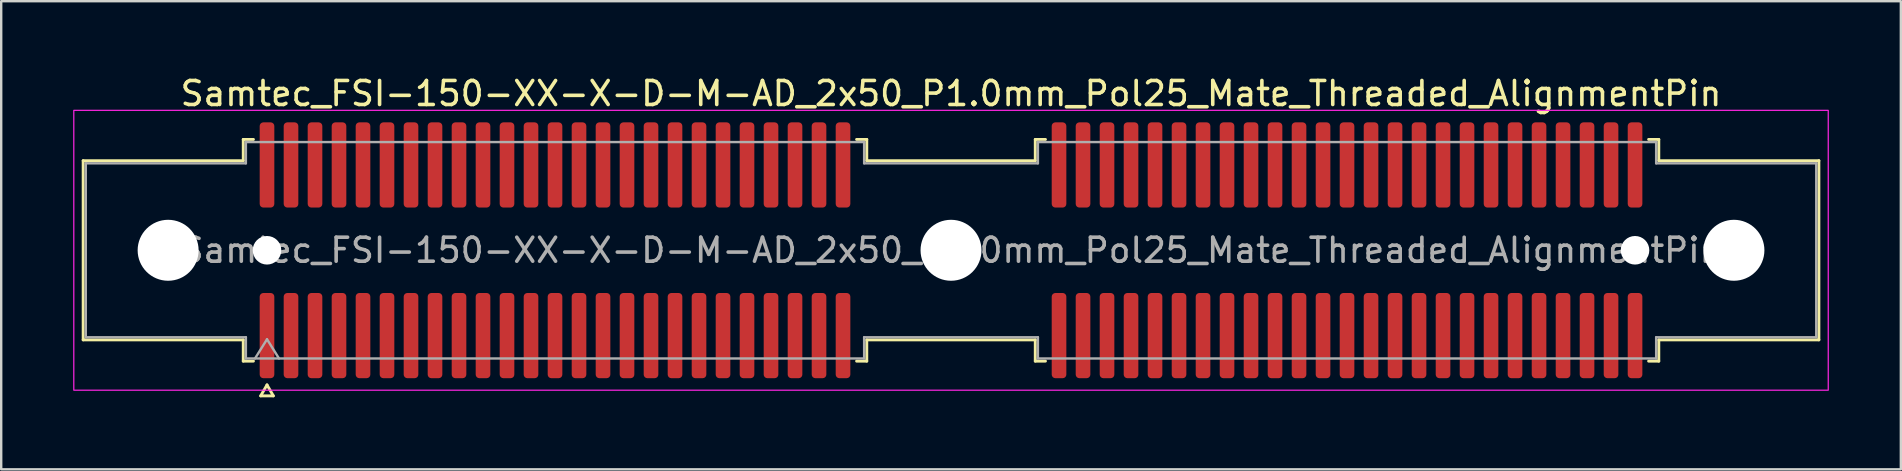
<source format=kicad_pcb>
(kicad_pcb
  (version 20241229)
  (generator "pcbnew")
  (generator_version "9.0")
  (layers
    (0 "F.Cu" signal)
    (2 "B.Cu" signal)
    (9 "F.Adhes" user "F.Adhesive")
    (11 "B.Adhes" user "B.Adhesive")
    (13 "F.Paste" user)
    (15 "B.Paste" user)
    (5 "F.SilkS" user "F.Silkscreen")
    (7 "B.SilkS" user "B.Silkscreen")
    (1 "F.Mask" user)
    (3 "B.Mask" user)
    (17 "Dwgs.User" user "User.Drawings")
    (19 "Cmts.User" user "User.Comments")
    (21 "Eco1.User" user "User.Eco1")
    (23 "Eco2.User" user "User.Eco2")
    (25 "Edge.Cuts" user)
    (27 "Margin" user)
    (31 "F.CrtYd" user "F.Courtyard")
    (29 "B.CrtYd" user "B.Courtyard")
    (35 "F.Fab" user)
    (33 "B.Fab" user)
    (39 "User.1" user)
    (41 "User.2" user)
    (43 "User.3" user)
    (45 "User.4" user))
  (footprint "Samtec_FSI-150-XX-X-D-M-AD_2x50_P1.0mm_Pol25_Mate_Threaded_AlignmentPin"
    (layer "F.Cu")
    (at 36.575 7.378)
    (property "Reference" "Samtec_FSI-150-XX-X-D-M-AD_2x50_P1.0mm_Pol25_Mate_Threaded_AlignmentPin" (at 0 -6.53 0) (layer "F.SilkS") (effects (font (size 1 1) (thickness 0.15))))
    (attr exclude_from_pos_files exclude_from_bom)
    (fp_line (start -36.16 -3.733) (end -29.49 -3.733) (stroke (width 0.12) (type solid)) (layer "F.SilkS"))
    (fp_line (start -36.16 3.733) (end -36.16 -3.733) (stroke (width 0.12) (type solid)) (layer "F.SilkS"))
    (fp_line (start -29.49 -4.619) (end -29.065 -4.619) (stroke (width 0.12) (type solid)) (layer "F.SilkS"))
    (fp_line (start -29.49 -3.733) (end -29.49 -4.619) (stroke (width 0.12) (type solid)) (layer "F.SilkS"))
    (fp_line (start -29.49 3.733) (end -36.16 3.733) (stroke (width 0.12) (type solid)) (layer "F.SilkS"))
    (fp_line (start -29.49 4.619) (end -29.49 3.733) (stroke (width 0.12) (type solid)) (layer "F.SilkS"))
    (fp_line (start -29.065 4.619) (end -29.49 4.619) (stroke (width 0.12) (type solid)) (layer "F.SilkS"))
    (fp_line (start -28.764 6.066) (end -28.5 5.609) (stroke (width 0.12) (type solid)) (layer "F.SilkS"))
    (fp_line (start -28.5 5.609) (end -28.236 6.066) (stroke (width 0.12) (type solid)) (layer "F.SilkS"))
    (fp_line (start -28.236 6.066) (end -28.764 6.066) (stroke (width 0.12) (type solid)) (layer "F.SilkS"))
    (fp_line (start -3.935 -4.619) (end -3.51 -4.619) (stroke (width 0.12) (type solid)) (layer "F.SilkS"))
    (fp_line (start -3.51 -4.619) (end -3.51 -3.733) (stroke (width 0.12) (type solid)) (layer "F.SilkS"))
    (fp_line (start -3.51 -3.733) (end 3.51 -3.733) (stroke (width 0.12) (type solid)) (layer "F.SilkS"))
    (fp_line (start -3.51 3.733) (end -3.51 4.619) (stroke (width 0.12) (type solid)) (layer "F.SilkS"))
    (fp_line (start -3.51 4.619) (end -3.935 4.619) (stroke (width 0.12) (type solid)) (layer "F.SilkS"))
    (fp_line (start 3.51 -4.619) (end 3.935 -4.619) (stroke (width 0.12) (type solid)) (layer "F.SilkS"))
    (fp_line (start 3.51 -3.733) (end 3.51 -4.619) (stroke (width 0.12) (type solid)) (layer "F.SilkS"))
    (fp_line (start 3.51 3.733) (end -3.51 3.733) (stroke (width 0.12) (type solid)) (layer "F.SilkS"))
    (fp_line (start 3.51 4.619) (end 3.51 3.733) (stroke (width 0.12) (type solid)) (layer "F.SilkS"))
    (fp_line (start 3.935 4.619) (end 3.51 4.619) (stroke (width 0.12) (type solid)) (layer "F.SilkS"))
    (fp_line (start 29.065 -4.619) (end 29.49 -4.619) (stroke (width 0.12) (type solid)) (layer "F.SilkS"))
    (fp_line (start 29.49 -4.619) (end 29.49 -3.733) (stroke (width 0.12) (type solid)) (layer "F.SilkS"))
    (fp_line (start 29.49 -3.733) (end 36.16 -3.733) (stroke (width 0.12) (type solid)) (layer "F.SilkS"))
    (fp_line (start 29.49 3.733) (end 29.49 4.619) (stroke (width 0.12) (type solid)) (layer "F.SilkS"))
    (fp_line (start 29.49 4.619) (end 29.065 4.619) (stroke (width 0.12) (type solid)) (layer "F.SilkS"))
    (fp_line (start 36.16 -3.733) (end 36.16 3.733) (stroke (width 0.12) (type solid)) (layer "F.SilkS"))
    (fp_line (start 36.16 3.733) (end 29.49 3.733) (stroke (width 0.12) (type solid)) (layer "F.SilkS"))
    (fp_rect (start -36.55 -5.83) (end 36.55 5.83) (stroke (width 0.05) (type solid)) (fill no) (layer "F.CrtYd"))
    (fp_line (start -36.05 -3.623) (end -29.38 -3.623) (stroke (width 0.1) (type solid)) (layer "F.Fab"))
    (fp_line (start -36.05 3.623) (end -36.05 -3.623) (stroke (width 0.1) (type solid)) (layer "F.Fab"))
    (fp_line (start -29.38 -4.508) (end -3.62 -4.508) (stroke (width 0.1) (type solid)) (layer "F.Fab"))
    (fp_line (start -29.38 -3.623) (end -29.38 -4.508) (stroke (width 0.1) (type solid)) (layer "F.Fab"))
    (fp_line (start -29.38 3.623) (end -36.05 3.623) (stroke (width 0.1) (type solid)) (layer "F.Fab"))
    (fp_line (start -29.38 4.508) (end -29.38 3.623) (stroke (width 0.1) (type solid)) (layer "F.Fab"))
    (fp_line (start -29 4.508) (end -28.5 3.708) (stroke (width 0.1) (type solid)) (layer "F.Fab"))
    (fp_line (start -28.5 3.708) (end -28 4.508) (stroke (width 0.1) (type solid)) (layer "F.Fab"))
    (fp_line (start -3.62 -4.508) (end -3.62 -3.623) (stroke (width 0.1) (type solid)) (layer "F.Fab"))
    (fp_line (start -3.62 -3.623) (end 3.62 -3.623) (stroke (width 0.1) (type solid)) (layer "F.Fab"))
    (fp_line (start -3.62 3.623) (end -3.62 4.508) (stroke (width 0.1) (type solid)) (layer "F.Fab"))
    (fp_line (start -3.62 4.508) (end -29.38 4.508) (stroke (width 0.1) (type solid)) (layer "F.Fab"))
    (fp_line (start 3.62 -4.508) (end 29.38 -4.508) (stroke (width 0.1) (type solid)) (layer "F.Fab"))
    (fp_line (start 3.62 -3.623) (end 3.62 -4.508) (stroke (width 0.1) (type solid)) (layer "F.Fab"))
    (fp_line (start 3.62 3.623) (end -3.62 3.623) (stroke (width 0.1) (type solid)) (layer "F.Fab"))
    (fp_line (start 3.62 4.508) (end 3.62 3.623) (stroke (width 0.1) (type solid)) (layer "F.Fab"))
    (fp_line (start 29.38 -4.508) (end 29.38 -3.623) (stroke (width 0.1) (type solid)) (layer "F.Fab"))
    (fp_line (start 29.38 -3.623) (end 36.05 -3.623) (stroke (width 0.1) (type solid)) (layer "F.Fab"))
    (fp_line (start 29.38 3.623) (end 29.38 4.508) (stroke (width 0.1) (type solid)) (layer "F.Fab"))
    (fp_line (start 29.38 4.508) (end 3.62 4.508) (stroke (width 0.1) (type solid)) (layer "F.Fab"))
    (fp_line (start 36.05 -3.623) (end 36.05 3.623) (stroke (width 0.1) (type solid)) (layer "F.Fab"))
    (fp_line (start 36.05 3.623) (end 29.38 3.623) (stroke (width 0.1) (type solid)) (layer "F.Fab"))
    (fp_text user "${REFERENCE}" (at 0 0 0) (layer "F.Fab") (effects (font (size 1 1) (thickness 0.15))))
    (pad "" np_thru_hole circle (at -32.62 0) (size 2.54 2.54) (drill 2.54) (layers "*.Cu" "*.Mask"))
    (pad "" np_thru_hole circle (at -28.5 0) (size 1.19 1.19) (drill 1.19) (layers "*.Cu" "*.Mask"))
    (pad "" np_thru_hole circle (at 0 0) (size 2.54 2.54) (drill 2.54) (layers "*.Cu" "*.Mask"))
    (pad "" np_thru_hole circle (at 28.5 0) (size 1.19 1.19) (drill 1.19) (layers "*.Cu" "*.Mask"))
    (pad "" np_thru_hole circle (at 32.62 0) (size 2.54 2.54) (drill 2.54) (layers "*.Cu" "*.Mask"))
    (pad "1" smd roundrect (at -28.5 3.555) (size 0.61 3.55) (layers "F.Cu" "F.Mask") (roundrect_rratio 0.25))
    (pad "2" smd roundrect (at -28.5 -3.555) (size 0.61 3.55) (layers "F.Cu" "F.Mask") (roundrect_rratio 0.25))
    (pad "3" smd roundrect (at -27.5 3.555) (size 0.61 3.55) (layers "F.Cu" "F.Mask") (roundrect_rratio 0.25))
    (pad "4" smd roundrect (at -27.5 -3.555) (size 0.61 3.55) (layers "F.Cu" "F.Mask") (roundrect_rratio 0.25))
    (pad "5" smd roundrect (at -26.5 3.555) (size 0.61 3.55) (layers "F.Cu" "F.Mask") (roundrect_rratio 0.25))
    (pad "6" smd roundrect (at -26.5 -3.555) (size 0.61 3.55) (layers "F.Cu" "F.Mask") (roundrect_rratio 0.25))
    (pad "7" smd roundrect (at -25.5 3.555) (size 0.61 3.55) (layers "F.Cu" "F.Mask") (roundrect_rratio 0.25))
    (pad "8" smd roundrect (at -25.5 -3.555) (size 0.61 3.55) (layers "F.Cu" "F.Mask") (roundrect_rratio 0.25))
    (pad "9" smd roundrect (at -24.5 3.555) (size 0.61 3.55) (layers "F.Cu" "F.Mask") (roundrect_rratio 0.25))
    (pad "10" smd roundrect (at -24.5 -3.555) (size 0.61 3.55) (layers "F.Cu" "F.Mask") (roundrect_rratio 0.25))
    (pad "11" smd roundrect (at -23.5 3.555) (size 0.61 3.55) (layers "F.Cu" "F.Mask") (roundrect_rratio 0.25))
    (pad "12" smd roundrect (at -23.5 -3.555) (size 0.61 3.55) (layers "F.Cu" "F.Mask") (roundrect_rratio 0.25))
    (pad "13" smd roundrect (at -22.5 3.555) (size 0.61 3.55) (layers "F.Cu" "F.Mask") (roundrect_rratio 0.25))
    (pad "14" smd roundrect (at -22.5 -3.555) (size 0.61 3.55) (layers "F.Cu" "F.Mask") (roundrect_rratio 0.25))
    (pad "15" smd roundrect (at -21.5 3.555) (size 0.61 3.55) (layers "F.Cu" "F.Mask") (roundrect_rratio 0.25))
    (pad "16" smd roundrect (at -21.5 -3.555) (size 0.61 3.55) (layers "F.Cu" "F.Mask") (roundrect_rratio 0.25))
    (pad "17" smd roundrect (at -20.5 3.555) (size 0.61 3.55) (layers "F.Cu" "F.Mask") (roundrect_rratio 0.25))
    (pad "18" smd roundrect (at -20.5 -3.555) (size 0.61 3.55) (layers "F.Cu" "F.Mask") (roundrect_rratio 0.25))
    (pad "19" smd roundrect (at -19.5 3.555) (size 0.61 3.55) (layers "F.Cu" "F.Mask") (roundrect_rratio 0.25))
    (pad "20" smd roundrect (at -19.5 -3.555) (size 0.61 3.55) (layers "F.Cu" "F.Mask") (roundrect_rratio 0.25))
    (pad "21" smd roundrect (at -18.5 3.555) (size 0.61 3.55) (layers "F.Cu" "F.Mask") (roundrect_rratio 0.25))
    (pad "22" smd roundrect (at -18.5 -3.555) (size 0.61 3.55) (layers "F.Cu" "F.Mask") (roundrect_rratio 0.25))
    (pad "23" smd roundrect (at -17.5 3.555) (size 0.61 3.55) (layers "F.Cu" "F.Mask") (roundrect_rratio 0.25))
    (pad "24" smd roundrect (at -17.5 -3.555) (size 0.61 3.55) (layers "F.Cu" "F.Mask") (roundrect_rratio 0.25))
    (pad "25" smd roundrect (at -16.5 3.555) (size 0.61 3.55) (layers "F.Cu" "F.Mask") (roundrect_rratio 0.25))
    (pad "26" smd roundrect (at -16.5 -3.555) (size 0.61 3.55) (layers "F.Cu" "F.Mask") (roundrect_rratio 0.25))
    (pad "27" smd roundrect (at -15.5 3.555) (size 0.61 3.55) (layers "F.Cu" "F.Mask") (roundrect_rratio 0.25))
    (pad "28" smd roundrect (at -15.5 -3.555) (size 0.61 3.55) (layers "F.Cu" "F.Mask") (roundrect_rratio 0.25))
    (pad "29" smd roundrect (at -14.5 3.555) (size 0.61 3.55) (layers "F.Cu" "F.Mask") (roundrect_rratio 0.25))
    (pad "30" smd roundrect (at -14.5 -3.555) (size 0.61 3.55) (layers "F.Cu" "F.Mask") (roundrect_rratio 0.25))
    (pad "31" smd roundrect (at -13.5 3.555) (size 0.61 3.55) (layers "F.Cu" "F.Mask") (roundrect_rratio 0.25))
    (pad "32" smd roundrect (at -13.5 -3.555) (size 0.61 3.55) (layers "F.Cu" "F.Mask") (roundrect_rratio 0.25))
    (pad "33" smd roundrect (at -12.5 3.555) (size 0.61 3.55) (layers "F.Cu" "F.Mask") (roundrect_rratio 0.25))
    (pad "34" smd roundrect (at -12.5 -3.555) (size 0.61 3.55) (layers "F.Cu" "F.Mask") (roundrect_rratio 0.25))
    (pad "35" smd roundrect (at -11.5 3.555) (size 0.61 3.55) (layers "F.Cu" "F.Mask") (roundrect_rratio 0.25))
    (pad "36" smd roundrect (at -11.5 -3.555) (size 0.61 3.55) (layers "F.Cu" "F.Mask") (roundrect_rratio 0.25))
    (pad "37" smd roundrect (at -10.5 3.555) (size 0.61 3.55) (layers "F.Cu" "F.Mask") (roundrect_rratio 0.25))
    (pad "38" smd roundrect (at -10.5 -3.555) (size 0.61 3.55) (layers "F.Cu" "F.Mask") (roundrect_rratio 0.25))
    (pad "39" smd roundrect (at -9.5 3.555) (size 0.61 3.55) (layers "F.Cu" "F.Mask") (roundrect_rratio 0.25))
    (pad "40" smd roundrect (at -9.5 -3.555) (size 0.61 3.55) (layers "F.Cu" "F.Mask") (roundrect_rratio 0.25))
    (pad "41" smd roundrect (at -8.5 3.555) (size 0.61 3.55) (layers "F.Cu" "F.Mask") (roundrect_rratio 0.25))
    (pad "42" smd roundrect (at -8.5 -3.555) (size 0.61 3.55) (layers "F.Cu" "F.Mask") (roundrect_rratio 0.25))
    (pad "43" smd roundrect (at -7.5 3.555) (size 0.61 3.55) (layers "F.Cu" "F.Mask") (roundrect_rratio 0.25))
    (pad "44" smd roundrect (at -7.5 -3.555) (size 0.61 3.55) (layers "F.Cu" "F.Mask") (roundrect_rratio 0.25))
    (pad "45" smd roundrect (at -6.5 3.555) (size 0.61 3.55) (layers "F.Cu" "F.Mask") (roundrect_rratio 0.25))
    (pad "46" smd roundrect (at -6.5 -3.555) (size 0.61 3.55) (layers "F.Cu" "F.Mask") (roundrect_rratio 0.25))
    (pad "47" smd roundrect (at -5.5 3.555) (size 0.61 3.55) (layers "F.Cu" "F.Mask") (roundrect_rratio 0.25))
    (pad "48" smd roundrect (at -5.5 -3.555) (size 0.61 3.55) (layers "F.Cu" "F.Mask") (roundrect_rratio 0.25))
    (pad "49" smd roundrect (at -4.5 3.555) (size 0.61 3.55) (layers "F.Cu" "F.Mask") (roundrect_rratio 0.25))
    (pad "50" smd roundrect (at -4.5 -3.555) (size 0.61 3.55) (layers "F.Cu" "F.Mask") (roundrect_rratio 0.25))
    (pad "51" smd roundrect (at 4.5 3.555) (size 0.61 3.55) (layers "F.Cu" "F.Mask") (roundrect_rratio 0.25))
    (pad "52" smd roundrect (at 4.5 -3.555) (size 0.61 3.55) (layers "F.Cu" "F.Mask") (roundrect_rratio 0.25))
    (pad "53" smd roundrect (at 5.5 3.555) (size 0.61 3.55) (layers "F.Cu" "F.Mask") (roundrect_rratio 0.25))
    (pad "54" smd roundrect (at 5.5 -3.555) (size 0.61 3.55) (layers "F.Cu" "F.Mask") (roundrect_rratio 0.25))
    (pad "55" smd roundrect (at 6.5 3.555) (size 0.61 3.55) (layers "F.Cu" "F.Mask") (roundrect_rratio 0.25))
    (pad "56" smd roundrect (at 6.5 -3.555) (size 0.61 3.55) (layers "F.Cu" "F.Mask") (roundrect_rratio 0.25))
    (pad "57" smd roundrect (at 7.5 3.555) (size 0.61 3.55) (layers "F.Cu" "F.Mask") (roundrect_rratio 0.25))
    (pad "58" smd roundrect (at 7.5 -3.555) (size 0.61 3.55) (layers "F.Cu" "F.Mask") (roundrect_rratio 0.25))
    (pad "59" smd roundrect (at 8.5 3.555) (size 0.61 3.55) (layers "F.Cu" "F.Mask") (roundrect_rratio 0.25))
    (pad "60" smd roundrect (at 8.5 -3.555) (size 0.61 3.55) (layers "F.Cu" "F.Mask") (roundrect_rratio 0.25))
    (pad "61" smd roundrect (at 9.5 3.555) (size 0.61 3.55) (layers "F.Cu" "F.Mask") (roundrect_rratio 0.25))
    (pad "62" smd roundrect (at 9.5 -3.555) (size 0.61 3.55) (layers "F.Cu" "F.Mask") (roundrect_rratio 0.25))
    (pad "63" smd roundrect (at 10.5 3.555) (size 0.61 3.55) (layers "F.Cu" "F.Mask") (roundrect_rratio 0.25))
    (pad "64" smd roundrect (at 10.5 -3.555) (size 0.61 3.55) (layers "F.Cu" "F.Mask") (roundrect_rratio 0.25))
    (pad "65" smd roundrect (at 11.5 3.555) (size 0.61 3.55) (layers "F.Cu" "F.Mask") (roundrect_rratio 0.25))
    (pad "66" smd roundrect (at 11.5 -3.555) (size 0.61 3.55) (layers "F.Cu" "F.Mask") (roundrect_rratio 0.25))
    (pad "67" smd roundrect (at 12.5 3.555) (size 0.61 3.55) (layers "F.Cu" "F.Mask") (roundrect_rratio 0.25))
    (pad "68" smd roundrect (at 12.5 -3.555) (size 0.61 3.55) (layers "F.Cu" "F.Mask") (roundrect_rratio 0.25))
    (pad "69" smd roundrect (at 13.5 3.555) (size 0.61 3.55) (layers "F.Cu" "F.Mask") (roundrect_rratio 0.25))
    (pad "70" smd roundrect (at 13.5 -3.555) (size 0.61 3.55) (layers "F.Cu" "F.Mask") (roundrect_rratio 0.25))
    (pad "71" smd roundrect (at 14.5 3.555) (size 0.61 3.55) (layers "F.Cu" "F.Mask") (roundrect_rratio 0.25))
    (pad "72" smd roundrect (at 14.5 -3.555) (size 0.61 3.55) (layers "F.Cu" "F.Mask") (roundrect_rratio 0.25))
    (pad "73" smd roundrect (at 15.5 3.555) (size 0.61 3.55) (layers "F.Cu" "F.Mask") (roundrect_rratio 0.25))
    (pad "74" smd roundrect (at 15.5 -3.555) (size 0.61 3.55) (layers "F.Cu" "F.Mask") (roundrect_rratio 0.25))
    (pad "75" smd roundrect (at 16.5 3.555) (size 0.61 3.55) (layers "F.Cu" "F.Mask") (roundrect_rratio 0.25))
    (pad "76" smd roundrect (at 16.5 -3.555) (size 0.61 3.55) (layers "F.Cu" "F.Mask") (roundrect_rratio 0.25))
    (pad "77" smd roundrect (at 17.5 3.555) (size 0.61 3.55) (layers "F.Cu" "F.Mask") (roundrect_rratio 0.25))
    (pad "78" smd roundrect (at 17.5 -3.555) (size 0.61 3.55) (layers "F.Cu" "F.Mask") (roundrect_rratio 0.25))
    (pad "79" smd roundrect (at 18.5 3.555) (size 0.61 3.55) (layers "F.Cu" "F.Mask") (roundrect_rratio 0.25))
    (pad "80" smd roundrect (at 18.5 -3.555) (size 0.61 3.55) (layers "F.Cu" "F.Mask") (roundrect_rratio 0.25))
    (pad "81" smd roundrect (at 19.5 3.555) (size 0.61 3.55) (layers "F.Cu" "F.Mask") (roundrect_rratio 0.25))
    (pad "82" smd roundrect (at 19.5 -3.555) (size 0.61 3.55) (layers "F.Cu" "F.Mask") (roundrect_rratio 0.25))
    (pad "83" smd roundrect (at 20.5 3.555) (size 0.61 3.55) (layers "F.Cu" "F.Mask") (roundrect_rratio 0.25))
    (pad "84" smd roundrect (at 20.5 -3.555) (size 0.61 3.55) (layers "F.Cu" "F.Mask") (roundrect_rratio 0.25))
    (pad "85" smd roundrect (at 21.5 3.555) (size 0.61 3.55) (layers "F.Cu" "F.Mask") (roundrect_rratio 0.25))
    (pad "86" smd roundrect (at 21.5 -3.555) (size 0.61 3.55) (layers "F.Cu" "F.Mask") (roundrect_rratio 0.25))
    (pad "87" smd roundrect (at 22.5 3.555) (size 0.61 3.55) (layers "F.Cu" "F.Mask") (roundrect_rratio 0.25))
    (pad "88" smd roundrect (at 22.5 -3.555) (size 0.61 3.55) (layers "F.Cu" "F.Mask") (roundrect_rratio 0.25))
    (pad "89" smd roundrect (at 23.5 3.555) (size 0.61 3.55) (layers "F.Cu" "F.Mask") (roundrect_rratio 0.25))
    (pad "90" smd roundrect (at 23.5 -3.555) (size 0.61 3.55) (layers "F.Cu" "F.Mask") (roundrect_rratio 0.25))
    (pad "91" smd roundrect (at 24.5 3.555) (size 0.61 3.55) (layers "F.Cu" "F.Mask") (roundrect_rratio 0.25))
    (pad "92" smd roundrect (at 24.5 -3.555) (size 0.61 3.55) (layers "F.Cu" "F.Mask") (roundrect_rratio 0.25))
    (pad "93" smd roundrect (at 25.5 3.555) (size 0.61 3.55) (layers "F.Cu" "F.Mask") (roundrect_rratio 0.25))
    (pad "94" smd roundrect (at 25.5 -3.555) (size 0.61 3.55) (layers "F.Cu" "F.Mask") (roundrect_rratio 0.25))
    (pad "95" smd roundrect (at 26.5 3.555) (size 0.61 3.55) (layers "F.Cu" "F.Mask") (roundrect_rratio 0.25))
    (pad "96" smd roundrect (at 26.5 -3.555) (size 0.61 3.55) (layers "F.Cu" "F.Mask") (roundrect_rratio 0.25))
    (pad "97" smd roundrect (at 27.5 3.555) (size 0.61 3.55) (layers "F.Cu" "F.Mask") (roundrect_rratio 0.25))
    (pad "98" smd roundrect (at 27.5 -3.555) (size 0.61 3.55) (layers "F.Cu" "F.Mask") (roundrect_rratio 0.25))
    (pad "99" smd roundrect (at 28.5 3.555) (size 0.61 3.55) (layers "F.Cu" "F.Mask") (roundrect_rratio 0.25))
    (pad "100" smd roundrect (at 28.5 -3.555) (size 0.61 3.55) (layers "F.Cu" "F.Mask") (roundrect_rratio 0.25)))
  (gr_rect
    (start -3 -3)
    (end 76.15 16.504)
    (stroke (width 0.1) (type default))
    (fill no)
    (layer "Edge.Cuts")))
</source>
